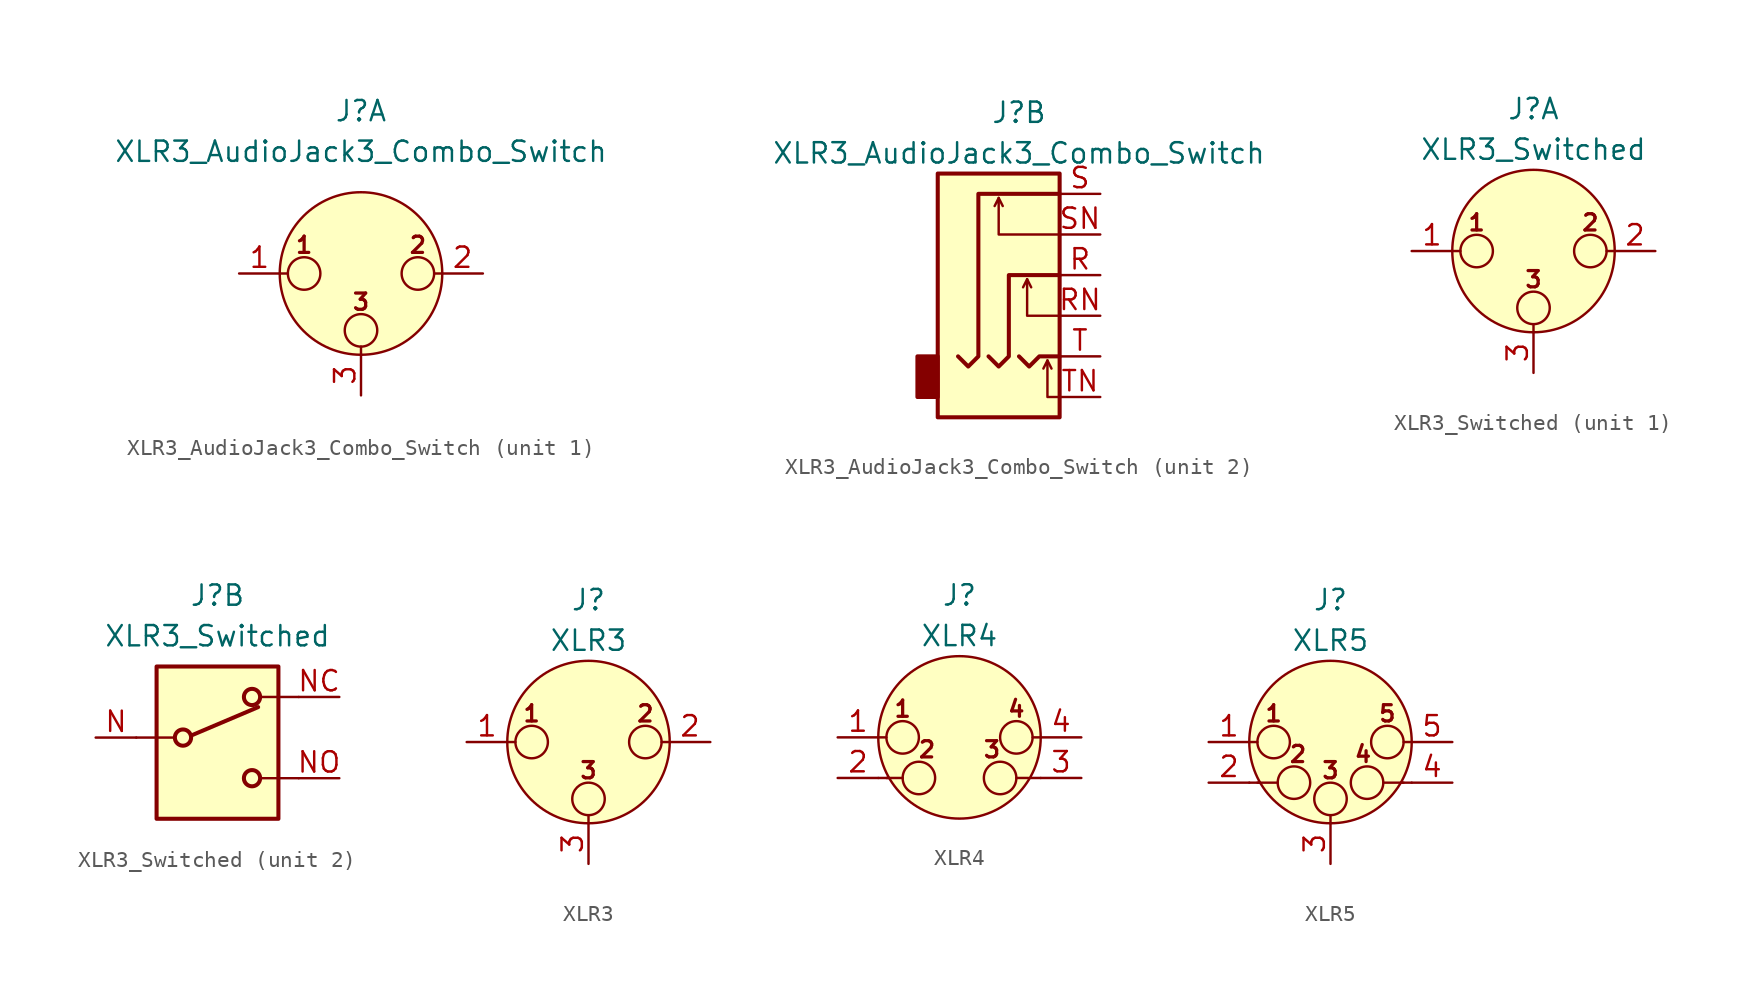
<source format=kicad_sym>
(kicad_symbol_lib
  (version 20210619)
  (generator kicad_symbol_editor)
  (symbol "Connector:XLR3_AudioJack3_Combo_Switch"
    (pin_names hide)
    (property "Reference" "J"
      (at 0 10.16 0)
      (effects (font (size 1.27 1.27))))
    (property "Value" "XLR3_AudioJack3_Combo_Switch"
      (at 0 7.62 0)
      (effects (font (size 1.27 1.27))))
    (symbol "XLR3_AudioJack3_Combo_Switch_1_1"
      (circle (center -3.556 0) (radius 1.016) (stroke (width 0)) (fill (type none)))
      (circle (center 0 -3.556) (radius 1.016) (stroke (width 0)) (fill (type none)))
      (circle (center 3.556 0) (radius 1.016) (stroke (width 0)) (fill (type none)))
      (circle (center 0 0) (radius 5.08) (stroke (width 0)) (fill (type background)))
      (text "1" (at -3.556 1.778 0) (effects (font (size 1.016 1.016) bold)))
      (text "2" (at 3.556 1.778 0) (effects (font (size 1.016 1.016) bold)))
      (text "3" (at 0 -1.778 0) (effects (font (size 1.016 1.016) bold)))
      (polyline (pts (xy -5.08 0) (xy -4.572 0)) (stroke (width 0)) (fill (type none)))
      (polyline (pts (xy 0 -5.08) (xy 0 -4.572)) (stroke (width 0)) (fill (type none)))
      (polyline (pts (xy 5.08 0) (xy 4.572 0)) (stroke (width 0)) (fill (type none)))
      (pin passive line (at -7.62 0 0) (length 2.54) (name "~" (effects (font (size 1.27 1.27)))) (number "1" (effects (font (size 1.27 1.27)))))
      (pin passive line (at 7.62 0 180) (length 2.54) (name "~" (effects (font (size 1.27 1.27)))) (number "2" (effects (font (size 1.27 1.27)))))
      (pin passive line (at 0 -7.62 90) (length 2.54) (name "~" (effects (font (size 1.27 1.27)))) (number "3" (effects (font (size 1.27 1.27))))))
    (symbol "XLR3_AudioJack3_Combo_Switch_2_1"
      (rectangle (start -5.08 -5.08) (end -6.35 -7.62) (stroke (width 0.254)) (fill (type outline)))
      (rectangle (start 2.54 6.35) (end -5.08 -8.89) (stroke (width 0.254)) (fill (type background)))
      (polyline (pts (xy -1.27 4.826) (xy -1.016 4.318)) (stroke (width 0)) (fill (type none)))
      (polyline (pts (xy 0.508 -0.254) (xy 0.762 -0.762)) (stroke (width 0)) (fill (type none)))
      (polyline (pts (xy 1.778 -5.334) (xy 2.032 -5.842)) (stroke (width 0)) (fill (type none)))
      (polyline (pts (xy 0 -5.08) (xy 0.635 -5.715) (xy 1.27 -5.08) (xy 2.54 -5.08)) (stroke (width 0.254)) (fill (type none)))
      (polyline (pts (xy 2.54 -7.62) (xy 1.778 -7.62) (xy 1.778 -5.334) (xy 1.524 -5.842)) (stroke (width 0)) (fill (type none)))
      (polyline (pts (xy 2.54 -2.54) (xy 0.508 -2.54) (xy 0.508 -0.254) (xy 0.254 -0.762)) (stroke (width 0)) (fill (type none)))
      (polyline (pts (xy 2.54 2.54) (xy -1.27 2.54) (xy -1.27 4.826) (xy -1.524 4.318)) (stroke (width 0)) (fill (type none)))
      (polyline (pts (xy -1.905 -5.08) (xy -1.27 -5.715) (xy -0.635 -5.08) (xy -0.635 0) (xy 2.54 0)) (stroke (width 0.254)) (fill (type none)))
      (polyline (pts (xy 2.54 5.08) (xy -2.54 5.08) (xy -2.54 -5.08) (xy -3.175 -5.715) (xy -3.81 -5.08)) (stroke (width 0.254)) (fill (type none)))
      (pin passive line (at 5.08 0 180) (length 2.54) (name "~" (effects (font (size 1.27 1.27)))) (number "R" (effects (font (size 1.27 1.27)))))
      (pin passive line (at 5.08 -2.54 180) (length 2.54) (name "~" (effects (font (size 1.27 1.27)))) (number "RN" (effects (font (size 1.27 1.27)))))
      (pin passive line (at 5.08 5.08 180) (length 2.54) (name "~" (effects (font (size 1.27 1.27)))) (number "S" (effects (font (size 1.27 1.27)))))
      (pin passive line (at 5.08 2.54 180) (length 2.54) (name "~" (effects (font (size 1.27 1.27)))) (number "SN" (effects (font (size 1.27 1.27)))))
      (pin passive line (at 5.08 -5.08 180) (length 2.54) (name "~" (effects (font (size 1.27 1.27)))) (number "T" (effects (font (size 1.27 1.27)))))
      (pin passive line (at 5.08 -7.62 180) (length 2.54) (name "~" (effects (font (size 1.27 1.27)))) (number "TN" (effects (font (size 1.27 1.27)))))))
  (symbol "Connector:XLR3_Switched"
    (pin_names hide)
    (property "Reference" "J"
      (at 0 8.89 0)
      (effects (font (size 1.27 1.27))))
    (property "Value" "XLR3_Switched"
      (at 0 6.35 0)
      (effects (font (size 1.27 1.27))))
    (symbol "XLR3_Switched_1_1"
      (circle (center -3.556 0) (radius 1.016) (stroke (width 0)) (fill (type none)))
      (circle (center 0 -3.556) (radius 1.016) (stroke (width 0)) (fill (type none)))
      (circle (center 3.556 0) (radius 1.016) (stroke (width 0)) (fill (type none)))
      (circle (center 0 0) (radius 5.08) (stroke (width 0)) (fill (type background)))
      (text "1" (at -3.556 1.778 0) (effects (font (size 1.016 1.016) bold)))
      (text "2" (at 3.556 1.778 0) (effects (font (size 1.016 1.016) bold)))
      (text "3" (at 0 -1.778 0) (effects (font (size 1.016 1.016) bold)))
      (polyline (pts (xy -5.08 0) (xy -4.572 0)) (stroke (width 0)) (fill (type none)))
      (polyline (pts (xy 0 -5.08) (xy 0 -4.572)) (stroke (width 0)) (fill (type none)))
      (polyline (pts (xy 5.08 0) (xy 4.572 0)) (stroke (width 0)) (fill (type none)))
      (pin passive line (at -7.62 0 0) (length 2.54) (name "~" (effects (font (size 1.27 1.27)))) (number "1" (effects (font (size 1.27 1.27)))))
      (pin passive line (at 7.62 0 180) (length 2.54) (name "~" (effects (font (size 1.27 1.27)))) (number "2" (effects (font (size 1.27 1.27)))))
      (pin passive line (at 0 -7.62 90) (length 2.54) (name "~" (effects (font (size 1.27 1.27)))) (number "3" (effects (font (size 1.27 1.27))))))
    (symbol "XLR3_Switched_2_1"
      (circle (center -2.159 0) (radius 0.508) (stroke (width 0.254)) (fill (type none)))
      (circle (center 2.159 -2.54) (radius 0.508) (stroke (width 0.254)) (fill (type none)))
      (circle (center 2.159 2.54) (radius 0.508) (stroke (width 0.254)) (fill (type none)))
      (rectangle (start -3.81 4.445) (end 3.81 -5.08) (stroke (width 0.254)) (fill (type background)))
      (polyline (pts (xy -5.08 0) (xy -2.794 0)) (stroke (width 0)) (fill (type none)))
      (polyline (pts (xy -1.651 0.127) (xy 2.54 1.905)) (stroke (width 0.254)) (fill (type none)))
      (polyline (pts (xy 5.08 -2.54) (xy 2.794 -2.54)) (stroke (width 0)) (fill (type none)))
      (polyline (pts (xy 5.08 2.54) (xy 2.794 2.54)) (stroke (width 0)) (fill (type none)))
      (pin passive line (at -7.62 0 0) (length 2.54) (name "~" (effects (font (size 1.27 1.27)))) (number "N" (effects (font (size 1.27 1.27)))))
      (pin passive line (at 7.62 2.54 180) (length 2.54) (name "~" (effects (font (size 1.27 1.27)))) (number "NC" (effects (font (size 1.27 1.27)))))
      (pin passive line (at 7.62 -2.54 180) (length 2.54) (name "~" (effects (font (size 1.27 1.27)))) (number "NO" (effects (font (size 1.27 1.27)))))))
  (symbol "Connector:XLR3"
    (pin_names hide)
    (property "Reference" "J"
      (at 0 8.89 0)
      (effects (font (size 1.27 1.27))))
    (property "Value" "XLR3"
      (at 0 6.35 0)
      (effects (font (size 1.27 1.27))))
    (symbol "XLR3_0_1"
      (circle (center -3.556 0) (radius 1.016) (stroke (width 0)) (fill (type none)))
      (circle (center 0 -3.556) (radius 1.016) (stroke (width 0)) (fill (type none)))
      (circle (center 3.556 0) (radius 1.016) (stroke (width 0)) (fill (type none)))
      (circle (center 0 0) (radius 5.08) (stroke (width 0)) (fill (type background)))
      (text "1" (at -3.556 1.778 0) (effects (font (size 1.016 1.016) bold)))
      (text "2" (at 3.556 1.778 0) (effects (font (size 1.016 1.016) bold)))
      (text "3" (at 0 -1.778 0) (effects (font (size 1.016 1.016) bold)))
      (polyline (pts (xy -5.08 0) (xy -4.572 0)) (stroke (width 0)) (fill (type none)))
      (polyline (pts (xy 0 -5.08) (xy 0 -4.572)) (stroke (width 0)) (fill (type none)))
      (polyline (pts (xy 5.08 0) (xy 4.572 0)) (stroke (width 0)) (fill (type none)))
      (pin passive line (at -7.62 0 0) (length 2.54) (name "~" (effects (font (size 1.27 1.27)))) (number "1" (effects (font (size 1.27 1.27)))))
      (pin passive line (at 7.62 0 180) (length 2.54) (name "~" (effects (font (size 1.27 1.27)))) (number "2" (effects (font (size 1.27 1.27)))))
      (pin passive line (at 0 -7.62 90) (length 2.54) (name "~" (effects (font (size 1.27 1.27)))) (number "3" (effects (font (size 1.27 1.27)))))))
  (symbol "Connector:XLR4"
    (pin_names hide)
    (property "Reference" "J"
      (at 0 8.89 0)
      (effects (font (size 1.27 1.27))))
    (property "Value" "XLR4"
      (at 0 6.35 0)
      (effects (font (size 1.27 1.27))))
    (symbol "XLR4_0_1"
      (circle (center -3.556 0) (radius 1.016) (stroke (width 0)) (fill (type none)))
      (circle (center -2.54 -2.54) (radius 1.016) (stroke (width 0)) (fill (type none)))
      (circle (center 2.54 -2.54) (radius 1.016) (stroke (width 0)) (fill (type none)))
      (circle (center 3.556 0) (radius 1.016) (stroke (width 0)) (fill (type none)))
      (circle (center 0 0) (radius 5.08) (stroke (width 0)) (fill (type background)))
      (text "1" (at -3.556 1.778 0) (effects (font (size 1.016 1.016) bold)))
      (text "2" (at -2.032 -0.762 0) (effects (font (size 1.016 1.016) bold)))
      (text "3" (at 2.032 -0.762 0) (effects (font (size 1.016 1.016) bold)))
      (text "4" (at 3.556 1.778 0) (effects (font (size 1.016 1.016) bold)))
      (polyline (pts (xy -5.08 -2.54) (xy -4.445 -2.54)) (stroke (width 0)) (fill (type none)))
      (polyline (pts (xy -5.08 0) (xy -4.572 0)) (stroke (width 0)) (fill (type none)))
      (polyline (pts (xy -4.572 -2.54) (xy -3.556 -2.54)) (stroke (width 0)) (fill (type none)))
      (polyline (pts (xy 4.318 -2.54) (xy 3.556 -2.54)) (stroke (width 0)) (fill (type none)))
      (polyline (pts (xy 5.08 -2.54) (xy 4.445 -2.54)) (stroke (width 0)) (fill (type none)))
      (polyline (pts (xy 5.08 0) (xy 4.572 0)) (stroke (width 0)) (fill (type none))))
    (symbol "XLR4_1_1"
      (pin passive line (at -7.62 0 0) (length 2.54) (name "~" (effects (font (size 1.27 1.27)))) (number "1" (effects (font (size 1.27 1.27)))))
      (pin passive line (at -7.62 -2.54 0) (length 2.54) (name "~" (effects (font (size 1.27 1.27)))) (number "2" (effects (font (size 1.27 1.27)))))
      (pin passive line (at 7.62 -2.54 180) (length 2.54) (name "~" (effects (font (size 1.27 1.27)))) (number "3" (effects (font (size 1.27 1.27)))))
      (pin passive line (at 7.62 0 180) (length 2.54) (name "~" (effects (font (size 1.27 1.27)))) (number "4" (effects (font (size 1.27 1.27)))))))
  (symbol "Connector:XLR5"
    (pin_names hide)
    (property "Reference" "J"
      (at 0 8.89 0)
      (effects (font (size 1.27 1.27))))
    (property "Value" "XLR5"
      (at 0 6.35 0)
      (effects (font (size 1.27 1.27))))
    (symbol "XLR5_0_1"
      (circle (center -3.556 0) (radius 1.016) (stroke (width 0)) (fill (type none)))
      (circle (center -2.286 -2.54) (radius 1.016) (stroke (width 0)) (fill (type none)))
      (circle (center 0 -3.556) (radius 1.016) (stroke (width 0)) (fill (type none)))
      (circle (center 2.286 -2.54) (radius 1.016) (stroke (width 0)) (fill (type none)))
      (circle (center 3.556 0) (radius 1.016) (stroke (width 0)) (fill (type none)))
      (circle (center 0 0) (radius 5.08) (stroke (width 0)) (fill (type background)))
      (text "1" (at -3.556 1.778 0) (effects (font (size 1.016 1.016) bold)))
      (text "2" (at -2.032 -0.762 0) (effects (font (size 1.016 1.016) bold)))
      (text "3" (at 0 -1.778 0) (effects (font (size 1.016 1.016) bold)))
      (text "4" (at 2.032 -0.762 0) (effects (font (size 1.016 1.016) bold)))
      (text "5" (at 3.556 1.778 0) (effects (font (size 1.016 1.016) bold)))
      (polyline (pts (xy -5.08 -2.54) (xy -4.445 -2.54)) (stroke (width 0)) (fill (type none)))
      (polyline (pts (xy -5.08 0) (xy -4.572 0)) (stroke (width 0)) (fill (type none)))
      (polyline (pts (xy -4.572 -2.54) (xy -3.302 -2.54)) (stroke (width 0)) (fill (type none)))
      (polyline (pts (xy 0 -5.08) (xy 0 -4.572)) (stroke (width 0)) (fill (type none)))
      (polyline (pts (xy 4.572 -2.54) (xy 3.302 -2.54)) (stroke (width 0)) (fill (type none)))
      (polyline (pts (xy 5.08 -2.54) (xy 4.445 -2.54)) (stroke (width 0)) (fill (type none)))
      (polyline (pts (xy 5.08 0) (xy 4.572 0)) (stroke (width 0)) (fill (type none))))
    (symbol "XLR5_1_1"
      (pin passive line (at -7.62 0 0) (length 2.54) (name "P1" (effects (font (size 1.27 1.27)))) (number "1" (effects (font (size 1.27 1.27)))))
      (pin passive line (at -7.62 -2.54 0) (length 2.54) (name "P2" (effects (font (size 1.27 1.27)))) (number "2" (effects (font (size 1.27 1.27)))))
      (pin passive line (at 0 -7.62 90) (length 2.54) (name "P3" (effects (font (size 1.27 1.27)))) (number "3" (effects (font (size 1.27 1.27)))))
      (pin passive line (at 7.62 -2.54 180) (length 2.54) (name "P3" (effects (font (size 1.27 1.27)))) (number "4" (effects (font (size 1.27 1.27)))))
      (pin passive line (at 7.62 0 180) (length 2.54) (name "P5" (effects (font (size 1.27 1.27)))) (number "5" (effects (font (size 1.27 1.27))))))))
</source>
